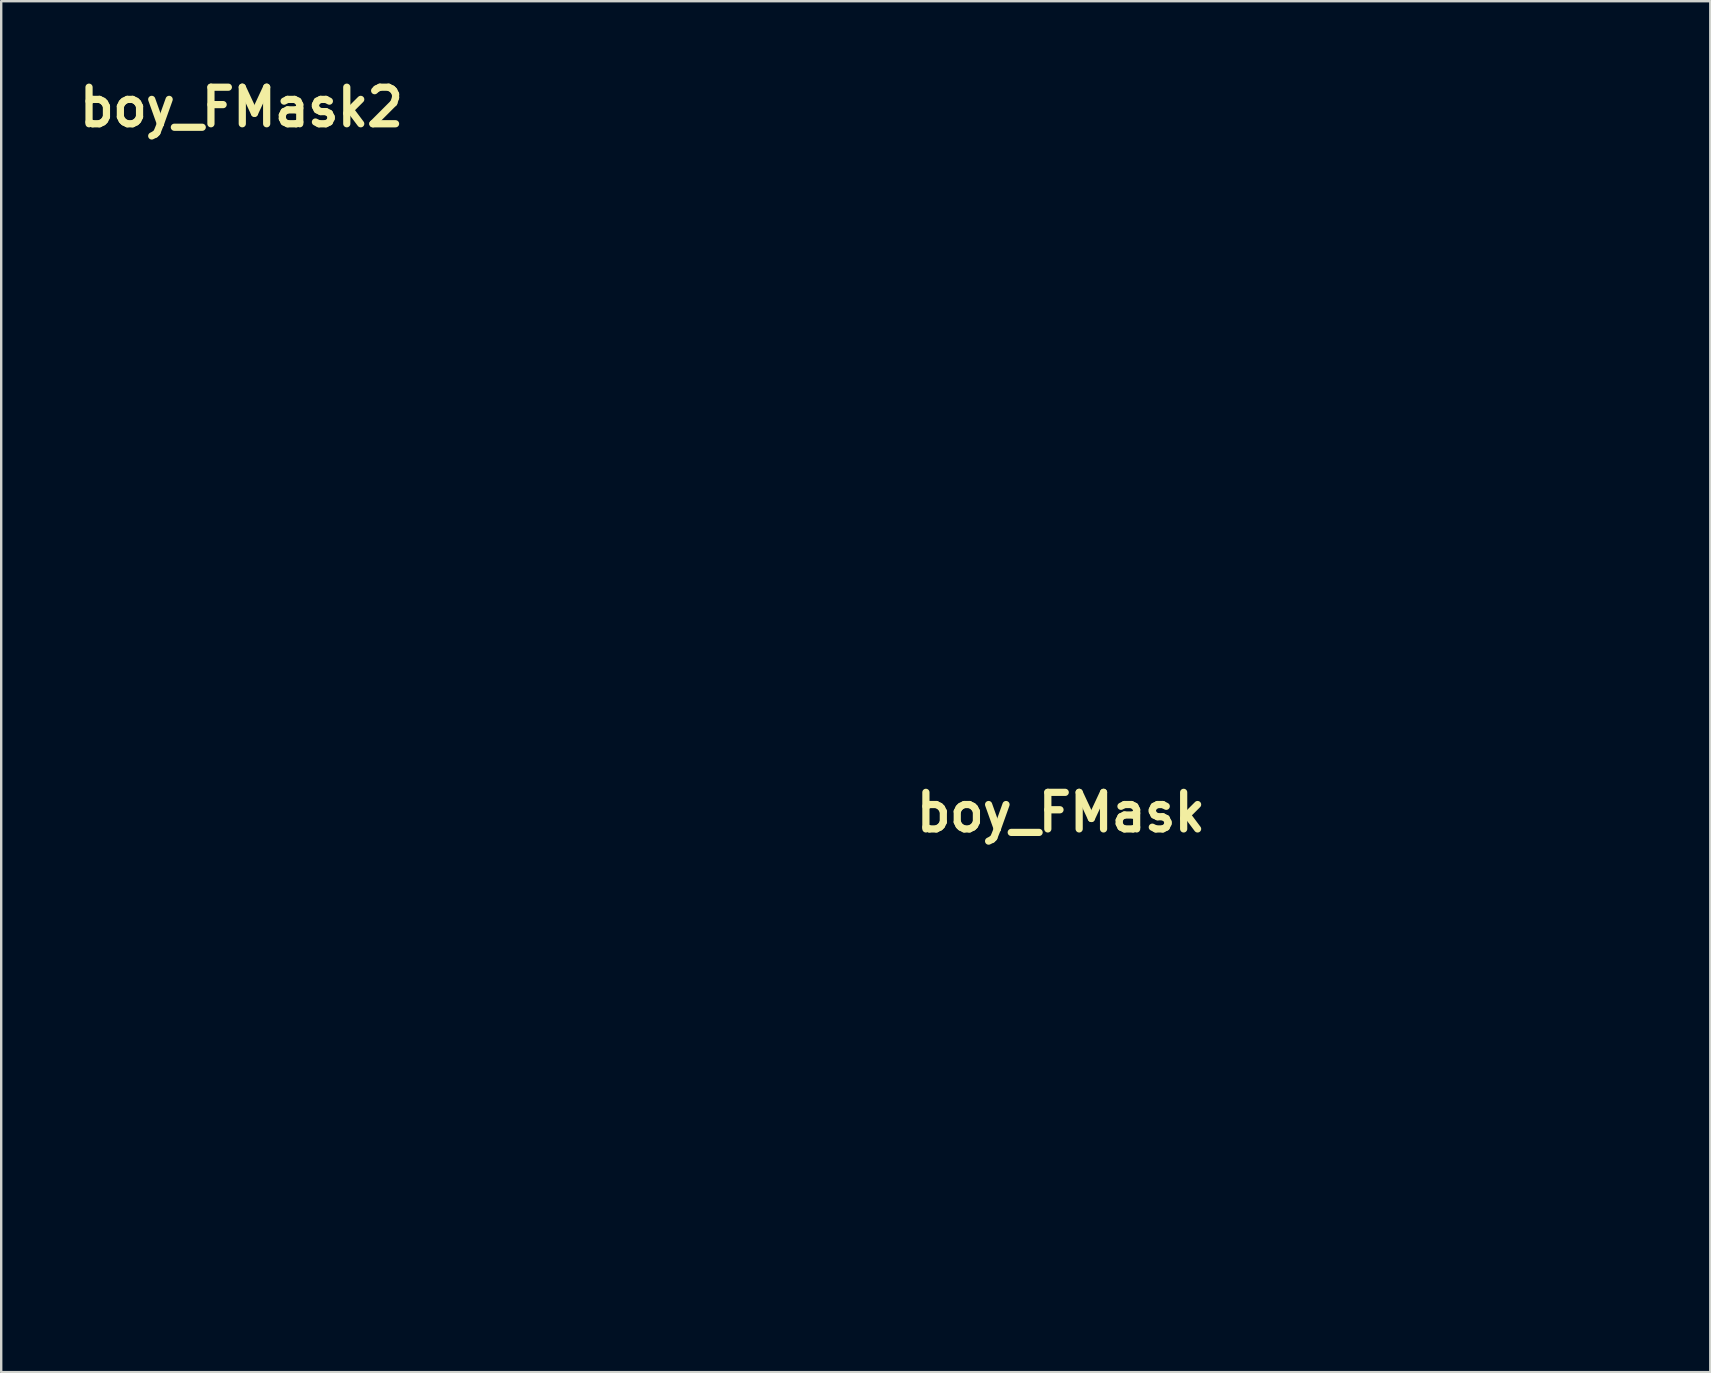
<source format=kicad_pcb>
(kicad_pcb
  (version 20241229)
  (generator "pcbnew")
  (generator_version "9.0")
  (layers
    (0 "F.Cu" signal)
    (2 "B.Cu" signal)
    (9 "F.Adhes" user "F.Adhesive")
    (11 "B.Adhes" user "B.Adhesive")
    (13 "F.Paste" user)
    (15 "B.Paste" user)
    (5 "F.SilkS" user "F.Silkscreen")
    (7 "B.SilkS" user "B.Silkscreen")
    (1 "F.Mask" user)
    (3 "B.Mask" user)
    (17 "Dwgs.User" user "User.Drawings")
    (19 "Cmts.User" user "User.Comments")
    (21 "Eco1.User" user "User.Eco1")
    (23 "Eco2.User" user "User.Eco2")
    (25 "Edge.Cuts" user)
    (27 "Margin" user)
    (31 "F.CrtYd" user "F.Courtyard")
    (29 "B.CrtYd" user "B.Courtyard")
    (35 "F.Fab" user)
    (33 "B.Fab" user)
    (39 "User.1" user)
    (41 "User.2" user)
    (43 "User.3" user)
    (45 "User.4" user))
  (footprint "boy_FMask2"
    (layer "F.Cu")
    (at 7.01 1.418)
    (property "Reference" "boy_FMask2" (at 0 0 0) (layer "F.SilkS") (effects (font (size 1.524 1.524) (thickness 0.3))))
    (attr through_hole)
    (fp_poly (pts (xy 5.437 2.006) (xy 4.866 2.466) (xy 4.195 2.856) (xy 3.431 3.172) (xy 2.583 3.411) (xy 1.968 3.526) (xy 1.537 3.574) (xy 1.023 3.602) (xy 0.47 3.61) (xy -0.079 3.598) (xy -0.583 3.566) (xy -0.953 3.522) (xy -1.822 3.337) (xy -2.626 3.072) (xy -3.352 2.73) (xy -3.988 2.319) (xy -4.369 1.995) (xy -4.858 1.529) (xy 5.937 1.529) (xy 5.437 2.006)) (stroke (width 0.01) (type solid)) (fill yes) (layer "F.Mask")))
  (footprint "boy_FMask"
    (layer "F.Cu")
    (at 41.157 30.802)
    (property "Reference" "boy_FMask" (at 0 0 0) (layer "F.SilkS") (effects (font (size 1.524 1.524) (thickness 0.3))))
    (attr through_hole)
    (fp_poly (pts (xy 7.618 11.56) (xy 7.848 11.767) (xy 8.127 12.023) (xy 8.413 12.286) (xy 8.567 12.429) (xy 9.102 12.927) (xy 7.558 16.195) (xy 7.267 16.812) (xy 6.987 17.406) (xy 6.723 17.965) (xy 6.481 18.477) (xy 6.268 18.93) (xy 6.088 19.313) (xy 5.948 19.612) (xy 5.852 19.816) (xy 5.817 19.891) (xy 5.718 20.097) (xy 5.638 20.249) (xy 5.591 20.317) (xy 5.588 20.318) (xy 5.532 20.283) (xy 5.382 20.18) (xy 5.147 20.017) (xy 4.839 19.801) (xy 4.465 19.539) (xy 4.037 19.237) (xy 3.563 18.902) (xy 3.053 18.541) (xy 2.826 18.38) (xy 2.304 18.009) (xy 1.814 17.66) (xy 1.367 17.339) (xy 0.97 17.054) (xy 0.635 16.811) (xy 0.371 16.617) (xy 0.186 16.481) (xy 0.092 16.407) (xy 0.082 16.397) (xy 0.13 16.353) (xy 0.272 16.241) (xy 0.501 16.067) (xy 0.809 15.837) (xy 1.186 15.557) (xy 1.626 15.234) (xy 2.119 14.872) (xy 2.657 14.48) (xy 3.232 14.062) (xy 3.636 13.769) (xy 7.203 11.188) (xy 7.618 11.56)) (stroke (width 0.01) (type solid)) (fill yes) (layer "F.Mask"))
    (fp_poly (pts (xy -6.994 11.299) (xy -6.914 11.357) (xy -6.741 11.483) (xy -6.483 11.67) (xy -6.149 11.911) (xy -5.748 12.201) (xy -5.29 12.533) (xy -4.782 12.9) (xy -4.235 13.296) (xy -3.657 13.713) (xy -3.417 13.887) (xy -2.835 14.308) (xy -2.283 14.708) (xy -1.772 15.08) (xy -1.309 15.417) (xy -0.903 15.714) (xy -0.562 15.964) (xy -0.295 16.161) (xy -0.11 16.3) (xy -0.015 16.373) (xy -0.005 16.383) (xy -0.054 16.423) (xy -0.196 16.529) (xy -0.418 16.691) (xy -0.709 16.901) (xy -1.057 17.152) (xy -1.451 17.434) (xy -1.88 17.741) (xy -2.33 18.062) (xy -2.791 18.391) (xy -3.252 18.718) (xy -3.7 19.036) (xy -4.124 19.336) (xy -4.513 19.611) (xy -4.854 19.851) (xy -5.137 20.048) (xy -5.349 20.195) (xy -5.478 20.283) (xy -5.514 20.305) (xy -5.56 20.259) (xy -5.646 20.122) (xy -5.758 19.918) (xy -5.836 19.765) (xy -5.918 19.597) (xy -6.045 19.335) (xy -6.208 18.993) (xy -6.403 18.584) (xy -6.624 18.121) (xy -6.863 17.617) (xy -7.115 17.085) (xy -7.374 16.538) (xy -7.633 15.989) (xy -7.887 15.452) (xy -8.128 14.939) (xy -8.352 14.464) (xy -8.551 14.04) (xy -8.719 13.679) (xy -8.851 13.396) (xy -8.94 13.202) (xy -8.978 13.116) (xy -9.002 13.051) (xy -9.007 12.991) (xy -8.983 12.923) (xy -8.918 12.832) (xy -8.801 12.706) (xy -8.622 12.531) (xy -8.369 12.294) (xy -8.108 12.053) (xy -7.161 11.176) (xy -6.994 11.299)) (stroke (width 0.01) (type solid)) (fill yes) (layer "F.Mask"))
    (fp_poly (pts (xy 7.22 -30.778) (xy 8.088 -30.716) (xy 8.866 -30.609) (xy 9.573 -30.453) (xy 10.222 -30.243) (xy 10.83 -29.976) (xy 11.414 -29.649) (xy 11.599 -29.53) (xy 12.324 -28.979) (xy 12.981 -28.329) (xy 13.571 -27.579) (xy 14.094 -26.728) (xy 14.55 -25.775) (xy 14.939 -24.718) (xy 15.264 -23.556) (xy 15.523 -22.288) (xy 15.717 -20.913) (xy 15.847 -19.43) (xy 15.872 -18.993) (xy 15.893 -18.612) (xy 15.912 -18.277) (xy 15.93 -18.008) (xy 15.944 -17.824) (xy 15.953 -17.745) (xy 15.954 -17.744) (xy 16.019 -17.736) (xy 16.195 -17.725) (xy 16.464 -17.71) (xy 16.809 -17.693) (xy 17.213 -17.674) (xy 17.622 -17.656) (xy 18.485 -17.617) (xy 19.242 -17.577) (xy 19.913 -17.533) (xy 20.521 -17.485) (xy 21.085 -17.431) (xy 21.627 -17.369) (xy 21.685 -17.361) (xy 22.318 -17.269) (xy 22.865 -17.164) (xy 23.318 -17.047) (xy 23.671 -16.921) (xy 23.915 -16.789) (xy 24.042 -16.654) (xy 24.056 -16.61) (xy 24.057 -16.541) (xy 24.004 -16.514) (xy 23.869 -16.52) (xy 23.771 -16.533) (xy 23.643 -16.543) (xy 23.402 -16.555) (xy 23.065 -16.569) (xy 22.645 -16.584) (xy 22.158 -16.599) (xy 21.62 -16.615) (xy 21.044 -16.63) (xy 20.733 -16.637) (xy 19.515 -16.658) (xy 18.183 -16.667) (xy 16.752 -16.664) (xy 15.235 -16.65) (xy 13.644 -16.624) (xy 11.994 -16.587) (xy 10.298 -16.539) (xy 8.569 -16.481) (xy 6.82 -16.412) (xy 6.128 -16.382) (xy 4.144 -16.288) (xy 2.142 -16.181) (xy 0.131 -16.063) (xy -1.879 -15.934) (xy -3.879 -15.794) (xy -5.859 -15.646) (xy -7.81 -15.49) (xy -9.722 -15.326) (xy -11.587 -15.155) (xy -13.394 -14.978) (xy -15.134 -14.797) (xy -16.798 -14.612) (xy -18.376 -14.423) (xy -19.858 -14.232) (xy -21.237 -14.04) (xy -22.501 -13.847) (xy -22.933 -13.776) (xy -23.348 -13.707) (xy -23.655 -13.656) (xy -23.869 -13.622) (xy -24.007 -13.603) (xy -24.085 -13.597) (xy -24.121 -13.602) (xy -24.131 -13.617) (xy -24.13 -13.638) (xy -24.13 -13.638) (xy -24.097 -13.722) (xy -24.03 -13.83) (xy -23.859 -13.988) (xy -23.565 -14.153) (xy -23.151 -14.324) (xy -22.62 -14.499) (xy -21.977 -14.679) (xy -21.223 -14.861) (xy -20.363 -15.046) (xy -19.401 -15.232) (xy -18.413 -15.405) (xy -17.959 -15.482) (xy -17.548 -15.552) (xy -17.197 -15.612) (xy -16.92 -15.661) (xy -16.735 -15.694) (xy -16.657 -15.709) (xy -16.656 -15.71) (xy -16.647 -15.774) (xy -16.631 -15.947) (xy -16.608 -16.214) (xy -16.579 -16.558) (xy -16.546 -16.963) (xy -16.512 -17.402) (xy -16.411 -18.651) (xy -16.312 -19.78) (xy -16.215 -20.796) (xy -16.118 -21.707) (xy -16.02 -22.518) (xy -15.92 -23.238) (xy -15.817 -23.873) (xy -15.709 -24.43) (xy -15.597 -24.916) (xy -15.478 -25.338) (xy -15.351 -25.704) (xy -15.217 -26.02) (xy -15.178 -26.1) (xy -14.792 -26.734) (xy -14.309 -27.298) (xy -13.728 -27.792) (xy -13.046 -28.218) (xy -12.261 -28.575) (xy -11.373 -28.866) (xy -10.379 -29.091) (xy -9.277 -29.251) (xy -9.049 -29.274) (xy -8.714 -29.31) (xy -8.296 -29.358) (xy -7.839 -29.414) (xy -7.386 -29.471) (xy -7.176 -29.499) (xy -5.362 -29.741) (xy -3.67 -29.956) (xy -2.095 -30.147) (xy -0.636 -30.312) (xy 0.713 -30.452) (xy 1.954 -30.568) (xy 3.089 -30.66) (xy 4.124 -30.729) (xy 5.059 -30.773) (xy 5.9 -30.795) (xy 6.247 -30.797) (xy 7.22 -30.778)) (stroke (width 0.01) (type solid)) (fill yes) (layer "F.Mask"))
    (fp_poly (pts (xy 3.346 -12.862) (xy 3.38 -12.858) (xy 3.536 -12.848) (xy 3.806 -12.84) (xy 4.175 -12.833) (xy 4.632 -12.828) (xy 5.161 -12.824) (xy 5.75 -12.822) (xy 6.386 -12.822) (xy 7.054 -12.823) (xy 7.742 -12.825) (xy 8.435 -12.83) (xy 9.121 -12.836) (xy 9.717 -12.843) (xy 10.893 -12.859) (xy 11.317 -12.65) (xy 11.644 -12.456) (xy 11.921 -12.23) (xy 11.99 -12.158) (xy 12.24 -11.875) (xy 15.5 -11.875) (xy 15.651 -11.723) (xy 15.801 -11.486) (xy 15.849 -11.187) (xy 15.796 -10.858) (xy 15.745 -10.708) (xy 15.679 -10.59) (xy 15.585 -10.502) (xy 15.445 -10.438) (xy 15.246 -10.395) (xy 14.972 -10.369) (xy 14.608 -10.356) (xy 14.138 -10.351) (xy 13.899 -10.351) (xy 12.527 -10.351) (xy 12.483 -8.938) (xy 12.454 -8.107) (xy 12.42 -7.392) (xy 12.379 -6.778) (xy 12.331 -6.254) (xy 12.273 -5.808) (xy 12.203 -5.426) (xy 12.121 -5.096) (xy 12.024 -4.807) (xy 11.911 -4.545) (xy 11.905 -4.533) (xy 11.636 -4.098) (xy 11.297 -3.735) (xy 10.911 -3.468) (xy 10.872 -3.448) (xy 10.509 -3.27) (xy 3.334 -3.27) (xy 3.027 -3.421) (xy 2.723 -3.629) (xy 2.51 -3.862) (xy 2.362 -4.112) (xy 2.209 -4.449) (xy 2.066 -4.834) (xy 1.95 -5.228) (xy 1.91 -5.397) (xy 1.887 -5.518) (xy 1.849 -5.742) (xy 1.798 -6.051) (xy 1.737 -6.429) (xy 1.668 -6.859) (xy 1.594 -7.324) (xy 1.518 -7.807) (xy 1.443 -8.291) (xy 1.37 -8.759) (xy 1.303 -9.193) (xy 1.244 -9.578) (xy 1.196 -9.895) (xy 1.162 -10.129) (xy 1.145 -10.261) (xy 1.143 -10.283) (xy 1.08 -10.313) (xy 0.968 -10.326) (xy 2.286 -10.326) (xy 2.296 -10.192) (xy 2.324 -9.953) (xy 2.367 -9.627) (xy 2.422 -9.233) (xy 2.487 -8.79) (xy 2.558 -8.318) (xy 2.632 -7.836) (xy 2.706 -7.362) (xy 2.779 -6.917) (xy 2.846 -6.518) (xy 2.904 -6.186) (xy 2.952 -5.94) (xy 2.959 -5.905) (xy 3.093 -5.42) (xy 3.265 -5.011) (xy 3.466 -4.699) (xy 3.547 -4.612) (xy 3.636 -4.53) (xy 3.723 -4.462) (xy 3.821 -4.406) (xy 3.942 -4.362) (xy 4.097 -4.328) (xy 4.298 -4.302) (xy 4.558 -4.285) (xy 4.887 -4.274) (xy 5.299 -4.268) (xy 5.804 -4.267) (xy 6.415 -4.269) (xy 6.985 -4.272) (xy 7.65 -4.275) (xy 8.2 -4.279) (xy 8.647 -4.284) (xy 9.004 -4.289) (xy 9.283 -4.297) (xy 9.496 -4.307) (xy 9.655 -4.321) (xy 9.772 -4.338) (xy 9.859 -4.36) (xy 9.93 -4.387) (xy 9.995 -4.419) (xy 10.006 -4.425) (xy 10.203 -4.556) (xy 10.412 -4.735) (xy 10.505 -4.83) (xy 10.682 -5.05) (xy 10.828 -5.293) (xy 10.946 -5.573) (xy 11.039 -5.906) (xy 11.112 -6.308) (xy 11.17 -6.795) (xy 11.214 -7.383) (xy 11.238 -7.821) (xy 11.27 -8.522) (xy 11.292 -9.11) (xy 11.301 -9.598) (xy 11.296 -9.998) (xy 11.275 -10.323) (xy 11.237 -10.586) (xy 11.181 -10.801) (xy 11.104 -10.98) (xy 11.004 -11.136) (xy 10.881 -11.283) (xy 10.797 -11.371) (xy 10.687 -11.479) (xy 10.587 -11.571) (xy 10.483 -11.647) (xy 10.366 -11.71) (xy 10.224 -11.76) (xy 10.046 -11.798) (xy 9.822 -11.827) (xy 9.539 -11.847) (xy 9.188 -11.86) (xy 8.756 -11.866) (xy 8.234 -11.868) (xy 7.609 -11.866) (xy 6.871 -11.862) (xy 6.66 -11.861) (xy 3.461 -11.843) (xy 3.168 -11.671) (xy 2.799 -11.396) (xy 2.521 -11.067) (xy 2.346 -10.702) (xy 2.286 -10.326) (xy 0.968 -10.326) (xy 0.892 -10.334) (xy 0.582 -10.347) (xy 0.192 -10.351) (xy -0.174 -10.35) (xy -0.432 -10.346) (xy -0.603 -10.336) (xy -0.705 -10.317) (xy -0.758 -10.287) (xy -0.783 -10.242) (xy -0.791 -10.208) (xy -0.808 -10.114) (xy -0.842 -9.909) (xy -0.89 -9.609) (xy -0.95 -9.229) (xy -1.019 -8.784) (xy -1.097 -8.289) (xy -1.175 -7.779) (xy -1.261 -7.232) (xy -1.346 -6.706) (xy -1.428 -6.218) (xy -1.504 -5.786) (xy -1.57 -5.428) (xy -1.622 -5.163) (xy -1.655 -5.024) (xy -1.852 -4.44) (xy -2.095 -3.975) (xy -2.384 -3.628) (xy -2.719 -3.399) (xy -2.992 -3.306) (xy -3.121 -3.293) (xy -3.362 -3.28) (xy -3.699 -3.27) (xy -4.117 -3.261) (xy -4.602 -3.255) (xy -5.138 -3.25) (xy -5.71 -3.246) (xy -6.303 -3.245) (xy -6.902 -3.245) (xy -7.493 -3.247) (xy -8.06 -3.251) (xy -8.588 -3.256) (xy -9.062 -3.263) (xy -9.467 -3.272) (xy -9.789 -3.283) (xy -10.011 -3.295) (xy -10.113 -3.308) (xy -10.568 -3.478) (xy -10.971 -3.761) (xy -11.317 -4.148) (xy -11.598 -4.633) (xy -11.81 -5.209) (xy -11.837 -5.31) (xy -11.904 -5.612) (xy -11.959 -5.965) (xy -12.004 -6.384) (xy -12.041 -6.882) (xy -12.07 -7.475) (xy -12.093 -8.175) (xy -12.099 -8.414) (xy -12.111 -8.853) (xy -12.123 -9.261) (xy -12.136 -9.615) (xy -12.145 -9.81) (xy -10.929 -9.81) (xy -10.928 -9.368) (xy -10.928 -9.335) (xy -10.919 -8.748) (xy -10.902 -8.171) (xy -10.879 -7.621) (xy -10.85 -7.117) (xy -10.817 -6.678) (xy -10.78 -6.322) (xy -10.742 -6.068) (xy -10.728 -6.008) (xy -10.562 -5.503) (xy -10.344 -5.071) (xy -10.085 -4.731) (xy -9.894 -4.563) (xy -9.789 -4.493) (xy -9.682 -4.435) (xy -9.56 -4.387) (xy -9.411 -4.349) (xy -9.223 -4.32) (xy -8.984 -4.298) (xy -8.682 -4.284) (xy -8.304 -4.275) (xy -7.84 -4.27) (xy -7.276 -4.27) (xy -6.601 -4.272) (xy -6.382 -4.273) (xy -3.651 -4.286) (xy -3.409 -4.437) (xy -3.258 -4.543) (xy -3.126 -4.667) (xy -3.009 -4.821) (xy -2.904 -5.015) (xy -2.806 -5.262) (xy -2.713 -5.572) (xy -2.621 -5.958) (xy -2.526 -6.429) (xy -2.424 -6.998) (xy -2.312 -7.675) (xy -2.247 -8.085) (xy -2.154 -8.686) (xy -2.08 -9.176) (xy -2.023 -9.567) (xy -1.983 -9.874) (xy -1.957 -10.109) (xy -1.945 -10.288) (xy -1.944 -10.423) (xy -1.954 -10.528) (xy -1.968 -10.601) (xy -2.12 -10.977) (xy -2.373 -11.318) (xy -2.703 -11.595) (xy -2.799 -11.652) (xy -3.143 -11.843) (xy -6.445 -11.843) (xy -7.177 -11.843) (xy -7.793 -11.842) (xy -8.304 -11.841) (xy -8.72 -11.838) (xy -9.054 -11.833) (xy -9.315 -11.826) (xy -9.515 -11.817) (xy -9.665 -11.805) (xy -9.775 -11.789) (xy -9.857 -11.769) (xy -9.922 -11.745) (xy -9.981 -11.716) (xy -10.001 -11.705) (xy -10.301 -11.497) (xy -10.574 -11.226) (xy -10.78 -10.933) (xy -10.831 -10.827) (xy -10.869 -10.716) (xy -10.897 -10.578) (xy -10.915 -10.395) (xy -10.926 -10.145) (xy -10.929 -9.81) (xy -12.145 -9.81) (xy -12.149 -9.897) (xy -12.16 -10.085) (xy -12.167 -10.144) (xy -12.198 -10.351) (xy -13.551 -10.351) (xy -14.039 -10.354) (xy -14.454 -10.364) (xy -14.782 -10.38) (xy -15.009 -10.401) (xy -15.105 -10.421) (xy -15.309 -10.552) (xy -15.437 -10.778) (xy -15.492 -11.104) (xy -15.494 -11.207) (xy -15.483 -11.435) (xy -15.44 -11.585) (xy -15.351 -11.706) (xy -15.338 -11.719) (xy -15.182 -11.874) (xy -11.88 -11.874) (xy -11.583 -12.191) (xy -11.363 -12.393) (xy -11.105 -12.582) (xy -10.93 -12.683) (xy -10.782 -12.753) (xy -10.653 -12.801) (xy -10.515 -12.83) (xy -10.34 -12.845) (xy -10.1 -12.848) (xy -9.766 -12.844) (xy -9.684 -12.843) (xy -9.346 -12.838) (xy -8.906 -12.834) (xy -8.382 -12.831) (xy -7.796 -12.829) (xy -7.166 -12.828) (xy -6.514 -12.827) (xy -5.86 -12.828) (xy -5.224 -12.829) (xy -4.625 -12.83) (xy -4.085 -12.833) (xy -3.623 -12.836) (xy -3.26 -12.841) (xy -3.143 -12.843) (xy -2.799 -12.848) (xy -2.552 -12.845) (xy -2.37 -12.83) (xy -2.225 -12.799) (xy -2.085 -12.747) (xy -1.951 -12.687) (xy -1.698 -12.54) (xy -1.433 -12.341) (xy -1.273 -12.195) (xy -0.961 -11.874) (xy 1.307 -11.874) (xy 1.695 -12.252) (xy 1.92 -12.458) (xy 2.113 -12.596) (xy 2.32 -12.694) (xy 2.532 -12.766) (xy 2.831 -12.844) (xy 3.08 -12.873) (xy 3.346 -12.862)) (stroke (width 0.01) (type solid)) (fill yes) (layer "F.Mask")))
  (gr_rect
    (start -3 -3)
    (end 68.219 54.126)
    (stroke (width 0.1) (type default))
    (fill no)
    (layer "Edge.Cuts")))
</source>
